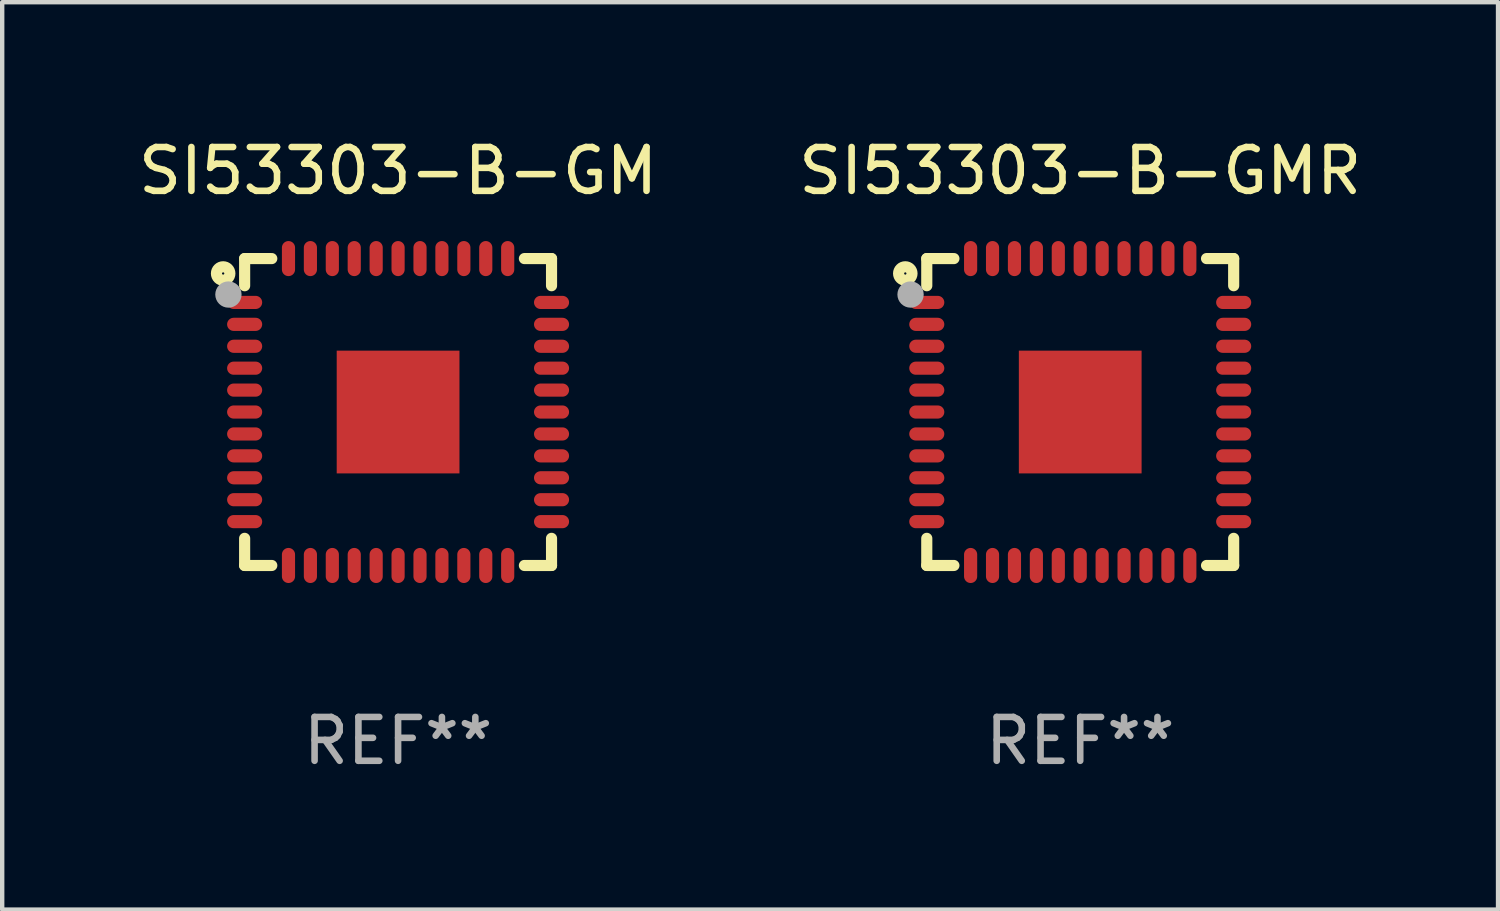
<source format=kicad_pcb>
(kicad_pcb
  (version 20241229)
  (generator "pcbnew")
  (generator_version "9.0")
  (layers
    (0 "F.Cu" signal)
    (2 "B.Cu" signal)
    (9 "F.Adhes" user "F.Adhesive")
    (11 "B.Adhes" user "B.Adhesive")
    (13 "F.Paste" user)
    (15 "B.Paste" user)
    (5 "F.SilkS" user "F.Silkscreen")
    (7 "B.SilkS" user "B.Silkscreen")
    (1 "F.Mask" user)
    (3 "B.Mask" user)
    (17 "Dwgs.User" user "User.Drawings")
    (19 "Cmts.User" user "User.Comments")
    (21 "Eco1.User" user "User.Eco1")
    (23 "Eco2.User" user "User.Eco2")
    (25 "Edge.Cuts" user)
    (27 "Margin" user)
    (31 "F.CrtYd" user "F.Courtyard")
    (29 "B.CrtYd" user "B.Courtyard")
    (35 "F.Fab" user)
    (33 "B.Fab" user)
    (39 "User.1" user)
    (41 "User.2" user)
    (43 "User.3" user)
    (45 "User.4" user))
  (footprint "SI53303-B-GM"
    (layer "F.Cu")
    (at 6.03 6.348)
    (property "Reference" "SI53303-B-GM" (at 0 -5.5 0) (layer "F.SilkS") (effects (font (size 1 1) (thickness 0.15))))
    (attr through_hole)
    (fp_line (start -3.5 -3.5) (end -2.881 -3.5) (stroke (width 0.254) (type solid)) (layer "F.SilkS"))
    (fp_line (start -3.5 -2.881) (end -3.5 -3.5) (stroke (width 0.254) (type solid)) (layer "F.SilkS"))
    (fp_line (start -3.5 3.5) (end -3.5 2.881) (stroke (width 0.254) (type solid)) (layer "F.SilkS"))
    (fp_line (start -2.881 3.5) (end -3.5 3.5) (stroke (width 0.254) (type solid)) (layer "F.SilkS"))
    (fp_line (start 2.881 -3.5) (end 3.5 -3.5) (stroke (width 0.254) (type solid)) (layer "F.SilkS"))
    (fp_line (start 3.5 -3.5) (end 3.5 -2.881) (stroke (width 0.254) (type solid)) (layer "F.SilkS"))
    (fp_line (start 3.5 2.881) (end 3.5 3.5) (stroke (width 0.254) (type solid)) (layer "F.SilkS"))
    (fp_line (start 3.5 3.5) (end 2.881 3.5) (stroke (width 0.254) (type solid)) (layer "F.SilkS"))
    (fp_circle (center -3.99 -3.16) (end -3.837 -3.16) (stroke (width 0.254) (type solid)) (fill no) (layer "F.SilkS"))
    (fp_circle (center -3.5 -3.5) (end -3.47 -3.5) (stroke (width 0.06) (type solid)) (fill no) (layer "F.SilkS"))
    (fp_circle (center -3.87 -2.68) (end -3.72 -2.68) (stroke (width 0.3) (type solid)) (fill no) (layer "F.Fab"))
    (fp_text user "REF**" (at 0 7.5 0) (layer "F.Fab") (effects (font (size 1 1) (thickness 0.15))))
    (pad "1" smd oval (at -3.5 -2.5) (size 0.8 0.3) (layers "F.Cu" "F.Mask" "F.Paste"))
    (pad "2" smd oval (at -3.5 -2) (size 0.8 0.3) (layers "F.Cu" "F.Mask" "F.Paste"))
    (pad "3" smd oval (at -3.5 -1.5) (size 0.8 0.3) (layers "F.Cu" "F.Mask" "F.Paste"))
    (pad "4" smd oval (at -3.5 -1) (size 0.8 0.3) (layers "F.Cu" "F.Mask" "F.Paste"))
    (pad "5" smd oval (at -3.5 -0.5) (size 0.8 0.3) (layers "F.Cu" "F.Mask" "F.Paste"))
    (pad "6" smd oval (at -3.5 -0.00014) (size 0.8 0.3) (layers "F.Cu" "F.Mask" "F.Paste"))
    (pad "7" smd oval (at -3.5 0.5) (size 0.8 0.3) (layers "F.Cu" "F.Mask" "F.Paste"))
    (pad "8" smd oval (at -3.5 1) (size 0.8 0.3) (layers "F.Cu" "F.Mask" "F.Paste"))
    (pad "9" smd oval (at -3.5 1.5) (size 0.8 0.3) (layers "F.Cu" "F.Mask" "F.Paste"))
    (pad "10" smd oval (at -3.5 2) (size 0.8 0.3) (layers "F.Cu" "F.Mask" "F.Paste"))
    (pad "11" smd oval (at -3.5 2.5) (size 0.8 0.3) (layers "F.Cu" "F.Mask" "F.Paste"))
    (pad "12" smd oval (at -2.5 3.5) (size 0.3 0.8) (layers "F.Cu" "F.Mask" "F.Paste"))
    (pad "13" smd oval (at -2 3.5) (size 0.3 0.8) (layers "F.Cu" "F.Mask" "F.Paste"))
    (pad "14" smd oval (at -1.5 3.5) (size 0.3 0.8) (layers "F.Cu" "F.Mask" "F.Paste"))
    (pad "15" smd oval (at -1 3.5) (size 0.3 0.8) (layers "F.Cu" "F.Mask" "F.Paste"))
    (pad "16" smd oval (at -0.5 3.5) (size 0.3 0.8) (layers "F.Cu" "F.Mask" "F.Paste"))
    (pad "17" smd oval (at -0.000127 3.5) (size 0.3 0.8) (layers "F.Cu" "F.Mask" "F.Paste"))
    (pad "18" smd oval (at 0.5 3.5) (size 0.3 0.8) (layers "F.Cu" "F.Mask" "F.Paste"))
    (pad "19" smd oval (at 1 3.5) (size 0.3 0.8) (layers "F.Cu" "F.Mask" "F.Paste"))
    (pad "20" smd oval (at 1.5 3.5) (size 0.3 0.8) (layers "F.Cu" "F.Mask" "F.Paste"))
    (pad "21" smd oval (at 2 3.5) (size 0.3 0.8) (layers "F.Cu" "F.Mask" "F.Paste"))
    (pad "22" smd oval (at 2.5 3.5) (size 0.3 0.8) (layers "F.Cu" "F.Mask" "F.Paste"))
    (pad "23" smd oval (at 3.5 2.5) (size 0.8 0.3) (layers "F.Cu" "F.Mask" "F.Paste"))
    (pad "24" smd oval (at 3.5 2) (size 0.8 0.3) (layers "F.Cu" "F.Mask" "F.Paste"))
    (pad "25" smd oval (at 3.5 1.5) (size 0.8 0.3) (layers "F.Cu" "F.Mask" "F.Paste"))
    (pad "26" smd oval (at 3.5 1) (size 0.8 0.3) (layers "F.Cu" "F.Mask" "F.Paste"))
    (pad "27" smd oval (at 3.5 0.5) (size 0.8 0.3) (layers "F.Cu" "F.Mask" "F.Paste"))
    (pad "28" smd oval (at 3.5 -0.00014) (size 0.8 0.3) (layers "F.Cu" "F.Mask" "F.Paste"))
    (pad "29" smd oval (at 3.5 -0.5) (size 0.8 0.3) (layers "F.Cu" "F.Mask" "F.Paste"))
    (pad "30" smd oval (at 3.5 -1) (size 0.8 0.3) (layers "F.Cu" "F.Mask" "F.Paste"))
    (pad "31" smd oval (at 3.5 -1.5) (size 0.8 0.3) (layers "F.Cu" "F.Mask" "F.Paste"))
    (pad "32" smd oval (at 3.5 -2) (size 0.8 0.3) (layers "F.Cu" "F.Mask" "F.Paste"))
    (pad "33" smd oval (at 3.5 -2.5) (size 0.8 0.3) (layers "F.Cu" "F.Mask" "F.Paste"))
    (pad "34" smd oval (at 2.5 -3.5) (size 0.3 0.8) (layers "F.Cu" "F.Mask" "F.Paste"))
    (pad "35" smd oval (at 2 -3.5) (size 0.3 0.8) (layers "F.Cu" "F.Mask" "F.Paste"))
    (pad "36" smd oval (at 1.5 -3.5) (size 0.3 0.8) (layers "F.Cu" "F.Mask" "F.Paste"))
    (pad "37" smd oval (at 1 -3.5) (size 0.3 0.8) (layers "F.Cu" "F.Mask" "F.Paste"))
    (pad "38" smd oval (at 0.5 -3.5) (size 0.3 0.8) (layers "F.Cu" "F.Mask" "F.Paste"))
    (pad "39" smd oval (at -0.000127 -3.5) (size 0.3 0.8) (layers "F.Cu" "F.Mask" "F.Paste"))
    (pad "40" smd oval (at -0.5 -3.5) (size 0.3 0.8) (layers "F.Cu" "F.Mask" "F.Paste"))
    (pad "41" smd oval (at -1 -3.5) (size 0.3 0.8) (layers "F.Cu" "F.Mask" "F.Paste"))
    (pad "42" smd oval (at -1.5 -3.5) (size 0.3 0.8) (layers "F.Cu" "F.Mask" "F.Paste"))
    (pad "43" smd oval (at -2 -3.5) (size 0.3 0.8) (layers "F.Cu" "F.Mask" "F.Paste"))
    (pad "44" smd oval (at -2.5 -3.5) (size 0.3 0.8) (layers "F.Cu" "F.Mask" "F.Paste"))
    (pad "45" smd rect (at -0.000127 -0.00014) (size 2.8 2.8) (layers "F.Cu" "F.Mask" "F.Paste")))
  (footprint "SI53303-B-GMR"
    (layer "F.Cu")
    (at 21.589 6.348)
    (property "Reference" "SI53303-B-GMR" (at 0 -5.5 0) (layer "F.SilkS") (effects (font (size 1 1) (thickness 0.15))))
    (attr through_hole)
    (fp_line (start -3.5 -3.5) (end -2.881 -3.5) (stroke (width 0.254) (type solid)) (layer "F.SilkS"))
    (fp_line (start -3.5 -2.881) (end -3.5 -3.5) (stroke (width 0.254) (type solid)) (layer "F.SilkS"))
    (fp_line (start -3.5 3.5) (end -3.5 2.881) (stroke (width 0.254) (type solid)) (layer "F.SilkS"))
    (fp_line (start -2.881 3.5) (end -3.5 3.5) (stroke (width 0.254) (type solid)) (layer "F.SilkS"))
    (fp_line (start 2.881 -3.5) (end 3.5 -3.5) (stroke (width 0.254) (type solid)) (layer "F.SilkS"))
    (fp_line (start 3.5 -3.5) (end 3.5 -2.881) (stroke (width 0.254) (type solid)) (layer "F.SilkS"))
    (fp_line (start 3.5 2.881) (end 3.5 3.5) (stroke (width 0.254) (type solid)) (layer "F.SilkS"))
    (fp_line (start 3.5 3.5) (end 2.881 3.5) (stroke (width 0.254) (type solid)) (layer "F.SilkS"))
    (fp_circle (center -3.99 -3.16) (end -3.837 -3.16) (stroke (width 0.254) (type solid)) (fill no) (layer "F.SilkS"))
    (fp_circle (center -3.5 -3.5) (end -3.47 -3.5) (stroke (width 0.06) (type solid)) (fill no) (layer "F.SilkS"))
    (fp_circle (center -3.87 -2.68) (end -3.72 -2.68) (stroke (width 0.3) (type solid)) (fill no) (layer "F.Fab"))
    (fp_text user "REF**" (at 0 7.5 0) (layer "F.Fab") (effects (font (size 1 1) (thickness 0.15))))
    (pad "1" smd oval (at -3.5 -2.5) (size 0.8 0.3) (layers "F.Cu" "F.Mask" "F.Paste"))
    (pad "2" smd oval (at -3.5 -2) (size 0.8 0.3) (layers "F.Cu" "F.Mask" "F.Paste"))
    (pad "3" smd oval (at -3.5 -1.5) (size 0.8 0.3) (layers "F.Cu" "F.Mask" "F.Paste"))
    (pad "4" smd oval (at -3.5 -1) (size 0.8 0.3) (layers "F.Cu" "F.Mask" "F.Paste"))
    (pad "5" smd oval (at -3.5 -0.5) (size 0.8 0.3) (layers "F.Cu" "F.Mask" "F.Paste"))
    (pad "6" smd oval (at -3.5 -0.00014) (size 0.8 0.3) (layers "F.Cu" "F.Mask" "F.Paste"))
    (pad "7" smd oval (at -3.5 0.5) (size 0.8 0.3) (layers "F.Cu" "F.Mask" "F.Paste"))
    (pad "8" smd oval (at -3.5 1) (size 0.8 0.3) (layers "F.Cu" "F.Mask" "F.Paste"))
    (pad "9" smd oval (at -3.5 1.5) (size 0.8 0.3) (layers "F.Cu" "F.Mask" "F.Paste"))
    (pad "10" smd oval (at -3.5 2) (size 0.8 0.3) (layers "F.Cu" "F.Mask" "F.Paste"))
    (pad "11" smd oval (at -3.5 2.5) (size 0.8 0.3) (layers "F.Cu" "F.Mask" "F.Paste"))
    (pad "12" smd oval (at -2.5 3.5) (size 0.3 0.8) (layers "F.Cu" "F.Mask" "F.Paste"))
    (pad "13" smd oval (at -2 3.5) (size 0.3 0.8) (layers "F.Cu" "F.Mask" "F.Paste"))
    (pad "14" smd oval (at -1.5 3.5) (size 0.3 0.8) (layers "F.Cu" "F.Mask" "F.Paste"))
    (pad "15" smd oval (at -1 3.5) (size 0.3 0.8) (layers "F.Cu" "F.Mask" "F.Paste"))
    (pad "16" smd oval (at -0.5 3.5) (size 0.3 0.8) (layers "F.Cu" "F.Mask" "F.Paste"))
    (pad "17" smd oval (at -0.000127 3.5) (size 0.3 0.8) (layers "F.Cu" "F.Mask" "F.Paste"))
    (pad "18" smd oval (at 0.5 3.5) (size 0.3 0.8) (layers "F.Cu" "F.Mask" "F.Paste"))
    (pad "19" smd oval (at 1 3.5) (size 0.3 0.8) (layers "F.Cu" "F.Mask" "F.Paste"))
    (pad "20" smd oval (at 1.5 3.5) (size 0.3 0.8) (layers "F.Cu" "F.Mask" "F.Paste"))
    (pad "21" smd oval (at 2 3.5) (size 0.3 0.8) (layers "F.Cu" "F.Mask" "F.Paste"))
    (pad "22" smd oval (at 2.5 3.5) (size 0.3 0.8) (layers "F.Cu" "F.Mask" "F.Paste"))
    (pad "23" smd oval (at 3.5 2.5) (size 0.8 0.3) (layers "F.Cu" "F.Mask" "F.Paste"))
    (pad "24" smd oval (at 3.5 2) (size 0.8 0.3) (layers "F.Cu" "F.Mask" "F.Paste"))
    (pad "25" smd oval (at 3.5 1.5) (size 0.8 0.3) (layers "F.Cu" "F.Mask" "F.Paste"))
    (pad "26" smd oval (at 3.5 1) (size 0.8 0.3) (layers "F.Cu" "F.Mask" "F.Paste"))
    (pad "27" smd oval (at 3.5 0.5) (size 0.8 0.3) (layers "F.Cu" "F.Mask" "F.Paste"))
    (pad "28" smd oval (at 3.5 -0.00014) (size 0.8 0.3) (layers "F.Cu" "F.Mask" "F.Paste"))
    (pad "29" smd oval (at 3.5 -0.5) (size 0.8 0.3) (layers "F.Cu" "F.Mask" "F.Paste"))
    (pad "30" smd oval (at 3.5 -1) (size 0.8 0.3) (layers "F.Cu" "F.Mask" "F.Paste"))
    (pad "31" smd oval (at 3.5 -1.5) (size 0.8 0.3) (layers "F.Cu" "F.Mask" "F.Paste"))
    (pad "32" smd oval (at 3.5 -2) (size 0.8 0.3) (layers "F.Cu" "F.Mask" "F.Paste"))
    (pad "33" smd oval (at 3.5 -2.5) (size 0.8 0.3) (layers "F.Cu" "F.Mask" "F.Paste"))
    (pad "34" smd oval (at 2.5 -3.5) (size 0.3 0.8) (layers "F.Cu" "F.Mask" "F.Paste"))
    (pad "35" smd oval (at 2 -3.5) (size 0.3 0.8) (layers "F.Cu" "F.Mask" "F.Paste"))
    (pad "36" smd oval (at 1.5 -3.5) (size 0.3 0.8) (layers "F.Cu" "F.Mask" "F.Paste"))
    (pad "37" smd oval (at 1 -3.5) (size 0.3 0.8) (layers "F.Cu" "F.Mask" "F.Paste"))
    (pad "38" smd oval (at 0.5 -3.5) (size 0.3 0.8) (layers "F.Cu" "F.Mask" "F.Paste"))
    (pad "39" smd oval (at -0.000127 -3.5) (size 0.3 0.8) (layers "F.Cu" "F.Mask" "F.Paste"))
    (pad "40" smd oval (at -0.5 -3.5) (size 0.3 0.8) (layers "F.Cu" "F.Mask" "F.Paste"))
    (pad "41" smd oval (at -1 -3.5) (size 0.3 0.8) (layers "F.Cu" "F.Mask" "F.Paste"))
    (pad "42" smd oval (at -1.5 -3.5) (size 0.3 0.8) (layers "F.Cu" "F.Mask" "F.Paste"))
    (pad "43" smd oval (at -2 -3.5) (size 0.3 0.8) (layers "F.Cu" "F.Mask" "F.Paste"))
    (pad "44" smd oval (at -2.5 -3.5) (size 0.3 0.8) (layers "F.Cu" "F.Mask" "F.Paste"))
    (pad "45" smd rect (at -0.000127 -0.00014) (size 2.8 2.8) (layers "F.Cu" "F.Mask" "F.Paste")))
  (gr_rect
    (start -3 -3)
    (end 31.119 17.697)
    (stroke (width 0.1) (type default))
    (fill no)
    (layer "Edge.Cuts")))
</source>
